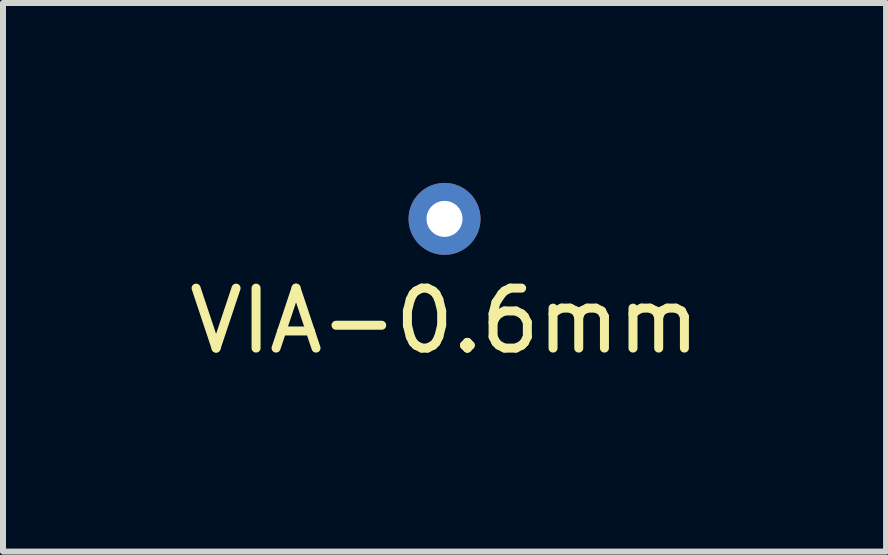
<source format=kicad_pcb>
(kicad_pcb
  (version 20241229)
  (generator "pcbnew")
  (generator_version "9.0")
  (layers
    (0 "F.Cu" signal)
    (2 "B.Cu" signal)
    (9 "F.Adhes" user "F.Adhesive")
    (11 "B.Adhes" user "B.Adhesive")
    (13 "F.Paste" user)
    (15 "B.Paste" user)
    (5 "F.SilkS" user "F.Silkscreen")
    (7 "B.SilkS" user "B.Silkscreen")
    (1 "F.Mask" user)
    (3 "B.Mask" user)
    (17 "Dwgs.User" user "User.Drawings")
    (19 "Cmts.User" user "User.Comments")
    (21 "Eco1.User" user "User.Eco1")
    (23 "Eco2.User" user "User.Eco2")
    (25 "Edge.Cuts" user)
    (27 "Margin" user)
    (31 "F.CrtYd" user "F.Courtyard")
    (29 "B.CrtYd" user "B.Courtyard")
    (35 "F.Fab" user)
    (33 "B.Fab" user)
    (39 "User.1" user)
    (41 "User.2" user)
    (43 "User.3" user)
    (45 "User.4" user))
  (footprint "VIA-0.6mm"
    (layer "F.Cu")
    (at 4.363 0.6)
    (property "Reference" "VIA-0.6mm" (at 0 1.7 0) (layer "F.SilkS") (effects (font (size 1 1) (thickness 0.15))))
    (attr through_hole)
    (pad "1" thru_hole circle (at 0 0) (size 1.2 1.2) (drill 0.6) (layers "*.Cu" "*.Mask")))
  (gr_rect
    (start -3 -3)
    (end 11.726 6.148)
    (stroke (width 0.1) (type default))
    (fill no)
    (layer "Edge.Cuts")))
</source>
